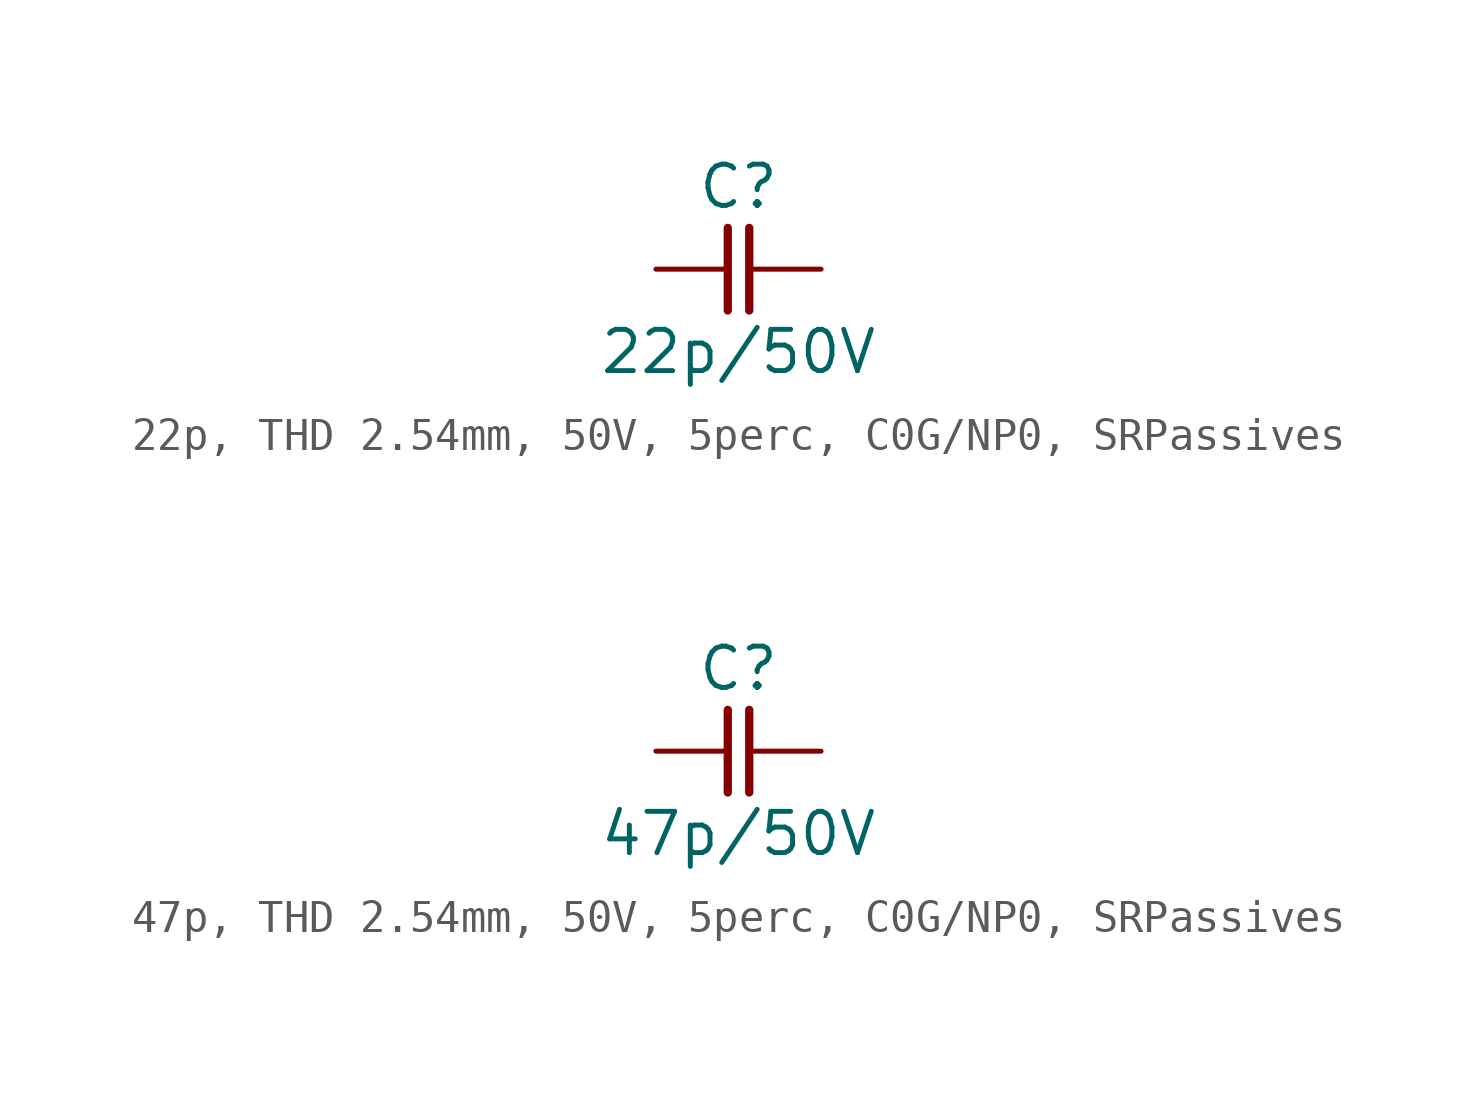
<source format=kicad_sym>
(kicad_symbol_lib
  (version 20241209)
  (generator "kicad_symbol_editor")
  (generator_version "9.0")
  (symbol "22p, THD 2.54mm, 50V, 5perc, C0G/NP0, SRPassives"
    (pin_numbers
      (hide yes))
    (pin_names
      (offset 0)
      (hide yes))
    (property "Reference" "C"
      (at 0 2.54 0)
      (effects (font (size 1.27 1.27))))
    (property "Value" "22p/50V"
      (at 0 -2.54 0)
      (effects (font (size 1.27 1.27))))
    (symbol "22p, THD 2.54mm, 50V, 5perc, C0G/NP0, SRPassives_0_1"
      (polyline (pts (xy -0.33 1.27) (xy -0.33 -1.27)) (stroke (width 0.254) (type default)) (fill (type none)))
      (polyline (pts (xy 0.33 1.27) (xy 0.33 -1.27)) (stroke (width 0.254) (type default)) (fill (type none))))
    (symbol "22p, THD 2.54mm, 50V, 5perc, C0G/NP0, SRPassives_1_1"
      (pin passive line (at -2.54 0 0) (length 2.21) (name "1" (effects (font (size 1.27 1.27)))) (number "1" (effects (font (size 1.27 1.27)))))
      (pin passive line (at 2.54 0 180) (length 2.21) (name "2" (effects (font (size 1.27 1.27)))) (number "2" (effects (font (size 1.27 1.27)))))))
  (symbol "47p, THD 2.54mm, 50V, 5perc, C0G/NP0, SRPassives"
    (pin_numbers
      (hide yes))
    (pin_names
      (offset 0)
      (hide yes))
    (property "Reference" "C"
      (at 0 2.54 0)
      (effects (font (size 1.27 1.27))))
    (property "Value" "47p/50V"
      (at 0 -2.54 0)
      (effects (font (size 1.27 1.27))))
    (symbol "47p, THD 2.54mm, 50V, 5perc, C0G/NP0, SRPassives_0_1"
      (polyline (pts (xy -0.33 1.27) (xy -0.33 -1.27)) (stroke (width 0.254) (type default)) (fill (type none)))
      (polyline (pts (xy 0.33 1.27) (xy 0.33 -1.27)) (stroke (width 0.254) (type default)) (fill (type none))))
    (symbol "47p, THD 2.54mm, 50V, 5perc, C0G/NP0, SRPassives_1_1"
      (pin passive line (at -2.54 0 0) (length 2.21) (name "1" (effects (font (size 1.27 1.27)))) (number "1" (effects (font (size 1.27 1.27)))))
      (pin passive line (at 2.54 0 180) (length 2.21) (name "2" (effects (font (size 1.27 1.27)))) (number "2" (effects (font (size 1.27 1.27))))))))
</source>
